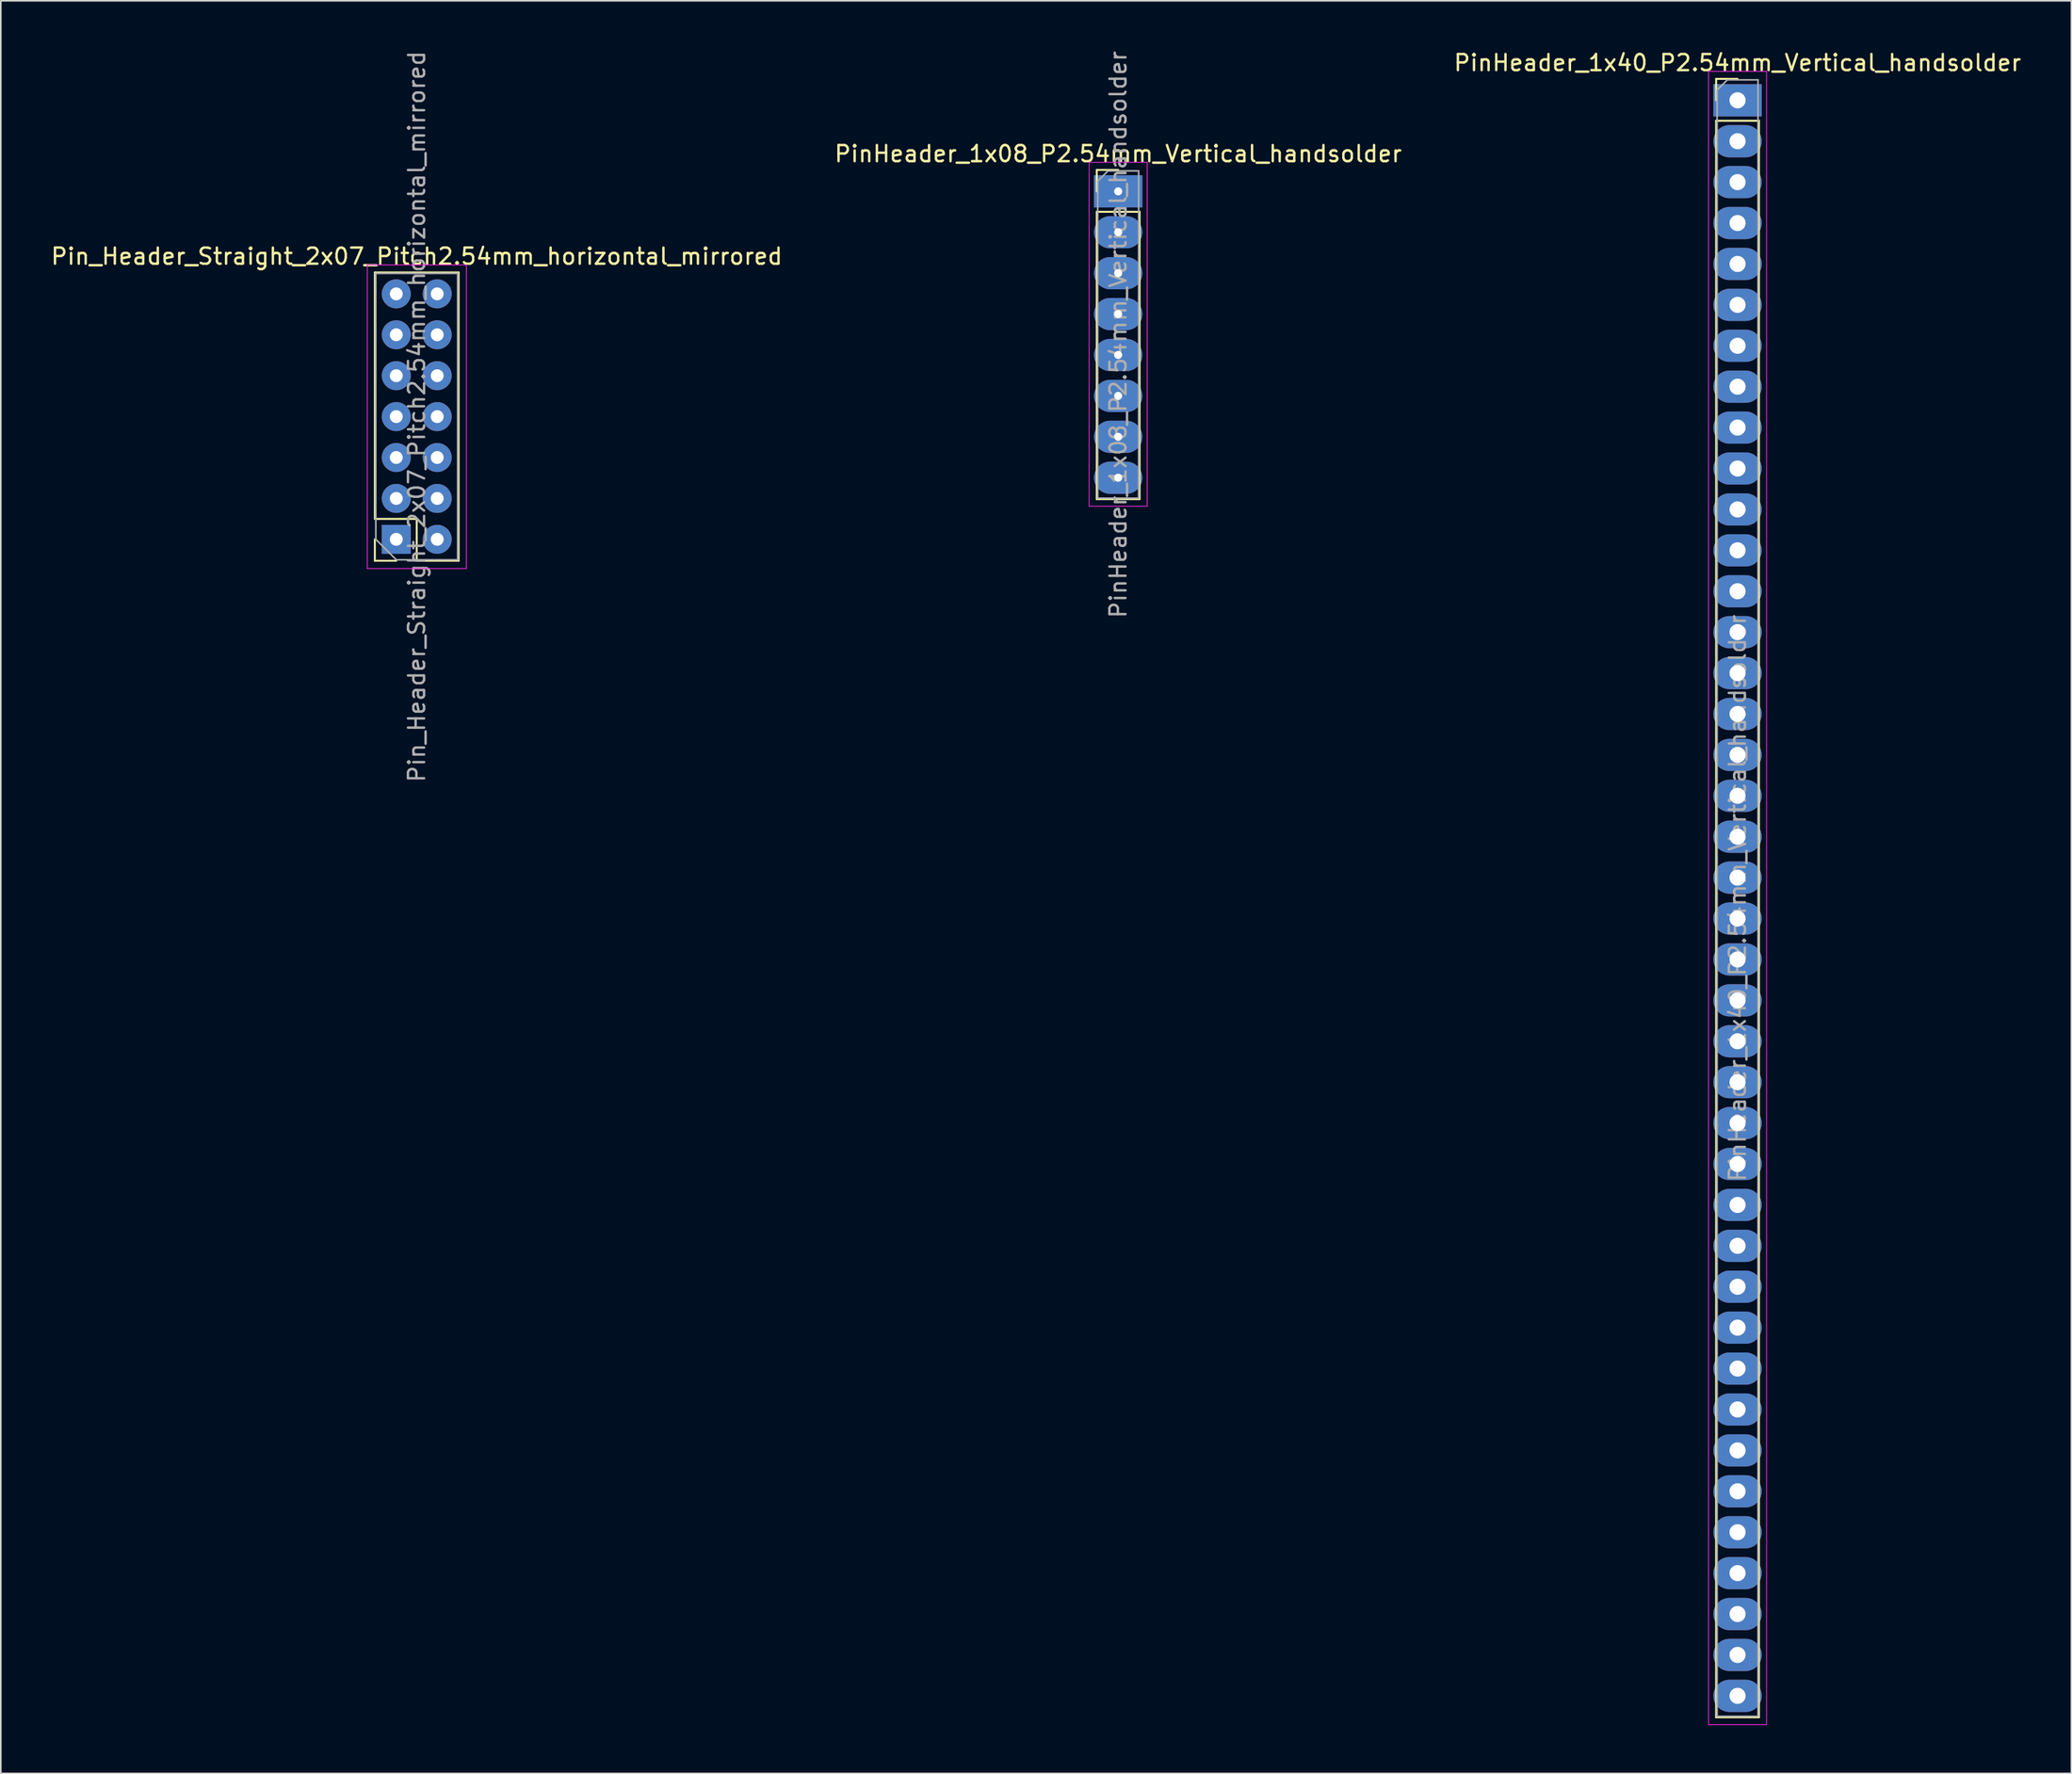
<source format=kicad_pcb>
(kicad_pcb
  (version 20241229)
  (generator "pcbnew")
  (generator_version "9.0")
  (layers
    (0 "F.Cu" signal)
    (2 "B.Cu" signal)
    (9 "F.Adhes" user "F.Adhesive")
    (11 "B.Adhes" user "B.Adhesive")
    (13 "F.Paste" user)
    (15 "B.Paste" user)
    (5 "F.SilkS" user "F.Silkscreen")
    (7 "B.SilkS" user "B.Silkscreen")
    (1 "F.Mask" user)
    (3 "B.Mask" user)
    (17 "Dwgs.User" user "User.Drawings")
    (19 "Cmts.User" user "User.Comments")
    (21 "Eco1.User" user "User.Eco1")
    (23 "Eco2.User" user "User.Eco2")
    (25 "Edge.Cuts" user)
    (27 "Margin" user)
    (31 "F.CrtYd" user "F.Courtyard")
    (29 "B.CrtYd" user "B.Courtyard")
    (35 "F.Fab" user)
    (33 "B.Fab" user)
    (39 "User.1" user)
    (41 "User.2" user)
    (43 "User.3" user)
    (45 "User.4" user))
  (footprint "PinHeader_1x40_P2.54mm_Vertical_handsolder"
    (layer "F.Cu")
    (at 104.792 3.178)
    (property "Reference" "PinHeader_1x40_P2.54mm_Vertical_handsolder" (at 0 -2.33 0) (layer "F.SilkS") (effects (font (size 1 1) (thickness 0.15))))
    (attr through_hole)
    (fp_line (start -1.33 -1.33) (end 0 -1.33) (stroke (width 0.12) (type solid)) (layer "F.SilkS"))
    (fp_line (start -1.33 0) (end -1.33 -1.33) (stroke (width 0.12) (type solid)) (layer "F.SilkS"))
    (fp_line (start -1.33 1.27) (end -1.33 100.39) (stroke (width 0.12) (type solid)) (layer "F.SilkS"))
    (fp_line (start -1.33 1.27) (end 1.33 1.27) (stroke (width 0.12) (type solid)) (layer "F.SilkS"))
    (fp_line (start -1.33 100.39) (end 1.33 100.39) (stroke (width 0.12) (type solid)) (layer "F.SilkS"))
    (fp_line (start 1.33 1.27) (end 1.33 100.39) (stroke (width 0.12) (type solid)) (layer "F.SilkS"))
    (fp_line (start -1.8 -1.8) (end -1.8 100.85) (stroke (width 0.05) (type solid)) (layer "F.CrtYd"))
    (fp_line (start -1.8 100.85) (end 1.8 100.85) (stroke (width 0.05) (type solid)) (layer "F.CrtYd"))
    (fp_line (start 1.8 -1.8) (end -1.8 -1.8) (stroke (width 0.05) (type solid)) (layer "F.CrtYd"))
    (fp_line (start 1.8 100.85) (end 1.8 -1.8) (stroke (width 0.05) (type solid)) (layer "F.CrtYd"))
    (fp_line (start -1.27 -0.635) (end -0.635 -1.27) (stroke (width 0.1) (type solid)) (layer "F.Fab"))
    (fp_line (start -1.27 100.33) (end -1.27 -0.635) (stroke (width 0.1) (type solid)) (layer "F.Fab"))
    (fp_line (start -0.635 -1.27) (end 1.27 -1.27) (stroke (width 0.1) (type solid)) (layer "F.Fab"))
    (fp_line (start 1.27 -1.27) (end 1.27 100.33) (stroke (width 0.1) (type solid)) (layer "F.Fab"))
    (fp_line (start 1.27 100.33) (end -1.27 100.33) (stroke (width 0.1) (type solid)) (layer "F.Fab"))
    (fp_text user "${REFERENCE}" (at 0 49.53 90) (layer "F.Fab") (effects (font (size 1 1) (thickness 0.15))))
    (pad "1" thru_hole rect (at 0 0) (size 3 2) (drill 1) (layers "*.Cu" "*.Mask"))
    (pad "2" thru_hole oval (at 0 2.54) (size 3 2) (drill 1) (layers "*.Cu" "*.Mask"))
    (pad "3" thru_hole oval (at 0 5.08) (size 3 2) (drill 1) (layers "*.Cu" "*.Mask"))
    (pad "4" thru_hole oval (at 0 7.62) (size 3 2) (drill 1) (layers "*.Cu" "*.Mask"))
    (pad "5" thru_hole oval (at 0 10.16) (size 3 2) (drill 1) (layers "*.Cu" "*.Mask"))
    (pad "6" thru_hole oval (at 0 12.7) (size 3 2) (drill 1) (layers "*.Cu" "*.Mask"))
    (pad "7" thru_hole oval (at 0 15.24) (size 3 2) (drill 1) (layers "*.Cu" "*.Mask"))
    (pad "8" thru_hole oval (at 0 17.78) (size 3 2) (drill 1) (layers "*.Cu" "*.Mask"))
    (pad "9" thru_hole oval (at 0 20.32) (size 3 2) (drill 1) (layers "*.Cu" "*.Mask"))
    (pad "10" thru_hole oval (at 0 22.86) (size 3 2) (drill 1) (layers "*.Cu" "*.Mask"))
    (pad "11" thru_hole oval (at 0 25.4) (size 3 2) (drill 1) (layers "*.Cu" "*.Mask"))
    (pad "12" thru_hole oval (at 0 27.94) (size 3 2) (drill 1) (layers "*.Cu" "*.Mask"))
    (pad "13" thru_hole oval (at 0 30.48) (size 3 2) (drill 1) (layers "*.Cu" "*.Mask"))
    (pad "14" thru_hole oval (at 0 33.02) (size 3 2) (drill 1) (layers "*.Cu" "*.Mask"))
    (pad "15" thru_hole oval (at 0 35.56) (size 3 2) (drill 1) (layers "*.Cu" "*.Mask"))
    (pad "16" thru_hole oval (at 0 38.1) (size 3 2) (drill 1) (layers "*.Cu" "*.Mask"))
    (pad "17" thru_hole oval (at 0 40.64) (size 3 2) (drill 1) (layers "*.Cu" "*.Mask"))
    (pad "18" thru_hole oval (at 0 43.18) (size 3 2) (drill 1) (layers "*.Cu" "*.Mask"))
    (pad "19" thru_hole oval (at 0 45.72) (size 3 2) (drill 1) (layers "*.Cu" "*.Mask"))
    (pad "20" thru_hole oval (at 0 48.26) (size 3 2) (drill 1) (layers "*.Cu" "*.Mask"))
    (pad "21" thru_hole oval (at 0 50.8) (size 3 2) (drill 1) (layers "*.Cu" "*.Mask"))
    (pad "22" thru_hole oval (at 0 53.34) (size 3 2) (drill 1) (layers "*.Cu" "*.Mask"))
    (pad "23" thru_hole oval (at 0 55.88) (size 3 2) (drill 1) (layers "*.Cu" "*.Mask"))
    (pad "24" thru_hole oval (at 0 58.42) (size 3 2) (drill 1) (layers "*.Cu" "*.Mask"))
    (pad "25" thru_hole oval (at 0 60.96) (size 3 2) (drill 1) (layers "*.Cu" "*.Mask"))
    (pad "26" thru_hole oval (at 0 63.5) (size 3 2) (drill 1) (layers "*.Cu" "*.Mask"))
    (pad "27" thru_hole oval (at 0 66.04) (size 3 2) (drill 1) (layers "*.Cu" "*.Mask"))
    (pad "28" thru_hole oval (at 0 68.58) (size 3 2) (drill 1) (layers "*.Cu" "*.Mask"))
    (pad "29" thru_hole oval (at 0 71.12) (size 3 2) (drill 1) (layers "*.Cu" "*.Mask"))
    (pad "30" thru_hole oval (at 0 73.66) (size 3 2) (drill 1) (layers "*.Cu" "*.Mask"))
    (pad "31" thru_hole oval (at 0 76.2) (size 3 2) (drill 1) (layers "*.Cu" "*.Mask"))
    (pad "32" thru_hole oval (at 0 78.74) (size 3 2) (drill 1) (layers "*.Cu" "*.Mask"))
    (pad "33" thru_hole oval (at 0 81.28) (size 3 2) (drill 1) (layers "*.Cu" "*.Mask"))
    (pad "34" thru_hole oval (at 0 83.82) (size 3 2) (drill 1) (layers "*.Cu" "*.Mask"))
    (pad "35" thru_hole oval (at 0 86.36) (size 3 2) (drill 1) (layers "*.Cu" "*.Mask"))
    (pad "36" thru_hole oval (at 0 88.9) (size 3 2) (drill 1) (layers "*.Cu" "*.Mask"))
    (pad "37" thru_hole oval (at 0 91.44) (size 3 2) (drill 1) (layers "*.Cu" "*.Mask"))
    (pad "38" thru_hole oval (at 0 93.98) (size 3 2) (drill 1) (layers "*.Cu" "*.Mask"))
    (pad "39" thru_hole oval (at 0 96.52) (size 3 2) (drill 1) (layers "*.Cu" "*.Mask"))
    (pad "40" thru_hole oval (at 0 99.06) (size 3 2) (drill 1) (layers "*.Cu" "*.Mask")))
  (footprint "Pin_Header_Straight_2x07_Pitch2.54mm_horizontal_mirrored"
    (layer "F.Cu")
    (at 21.545 15.195)
    (property "Reference" "Pin_Header_Straight_2x07_Pitch2.54mm_horizontal_mirrored" (at 1.27 -2.33 0) (layer "F.SilkS") (effects (font (size 1 1) (thickness 0.15))))
    (attr through_hole)
    (fp_line (start -1.33 -1.33) (end 3.87 -1.33) (stroke (width 0.12) (type solid)) (layer "F.SilkS"))
    (fp_line (start -1.33 13.97) (end -1.33 -1.33) (stroke (width 0.12) (type solid)) (layer "F.SilkS"))
    (fp_line (start -1.33 13.97) (end 1.27 13.97) (stroke (width 0.12) (type solid)) (layer "F.SilkS"))
    (fp_line (start -1.33 15.24) (end -1.33 16.57) (stroke (width 0.12) (type solid)) (layer "F.SilkS"))
    (fp_line (start -1.33 16.57) (end 0 16.57) (stroke (width 0.12) (type solid)) (layer "F.SilkS"))
    (fp_line (start 1.27 13.97) (end 1.27 16.57) (stroke (width 0.12) (type solid)) (layer "F.SilkS"))
    (fp_line (start 1.27 16.57) (end 3.87 16.57) (stroke (width 0.12) (type solid)) (layer "F.SilkS"))
    (fp_line (start 3.87 16.57) (end 3.87 -1.33) (stroke (width 0.12) (type solid)) (layer "F.SilkS"))
    (fp_line (start -1.8 -1.8) (end -1.8 17.05) (stroke (width 0.05) (type solid)) (layer "F.CrtYd"))
    (fp_line (start -1.8 17.05) (end 4.35 17.05) (stroke (width 0.05) (type solid)) (layer "F.CrtYd"))
    (fp_line (start 4.35 -1.8) (end -1.8 -1.8) (stroke (width 0.05) (type solid)) (layer "F.CrtYd"))
    (fp_line (start 4.35 17.05) (end 4.35 -1.8) (stroke (width 0.05) (type solid)) (layer "F.CrtYd"))
    (fp_line (start -1.27 -1.27) (end -1.27 15.24) (stroke (width 0.1) (type solid)) (layer "F.Fab"))
    (fp_line (start -1.27 15.24) (end 0 16.51) (stroke (width 0.1) (type solid)) (layer "F.Fab"))
    (fp_line (start 0 16.51) (end 3.81 16.51) (stroke (width 0.1) (type solid)) (layer "F.Fab"))
    (fp_line (start 3.81 -1.27) (end -1.27 -1.27) (stroke (width 0.1) (type solid)) (layer "F.Fab"))
    (fp_line (start 3.81 16.51) (end 3.81 -1.27) (stroke (width 0.1) (type solid)) (layer "F.Fab"))
    (fp_text user "${REFERENCE}" (at 1.27 7.62 90) (layer "F.Fab") (effects (font (size 1 1) (thickness 0.15))))
    (pad "1" thru_hole rect (at 0 15.24 180) (size 1.8 1.8) (drill 0.8) (layers "*.Cu" "*.Mask"))
    (pad "2" thru_hole oval (at 2.54 15.24 180) (size 1.8 1.8) (drill 0.8) (layers "*.Cu" "*.Mask"))
    (pad "3" thru_hole oval (at 0 12.7 180) (size 1.8 1.8) (drill 0.8) (layers "*.Cu" "*.Mask"))
    (pad "4" thru_hole oval (at 2.54 12.7 180) (size 1.8 1.8) (drill 0.8) (layers "*.Cu" "*.Mask"))
    (pad "5" thru_hole oval (at 0 10.16 180) (size 1.8 1.8) (drill 0.8) (layers "*.Cu" "*.Mask"))
    (pad "6" thru_hole oval (at 2.54 10.16 180) (size 1.8 1.8) (drill 0.8) (layers "*.Cu" "*.Mask"))
    (pad "7" thru_hole oval (at 0 7.62 180) (size 1.8 1.8) (drill 0.8) (layers "*.Cu" "*.Mask"))
    (pad "8" thru_hole oval (at 2.54 7.62 180) (size 1.8 1.8) (drill 0.8) (layers "*.Cu" "*.Mask"))
    (pad "9" thru_hole oval (at 0 5.08 180) (size 1.8 1.8) (drill 0.8) (layers "*.Cu" "*.Mask"))
    (pad "10" thru_hole oval (at 2.54 5.08 180) (size 1.8 1.8) (drill 0.8) (layers "*.Cu" "*.Mask"))
    (pad "11" thru_hole oval (at 0 2.54 180) (size 1.8 1.8) (drill 0.8) (layers "*.Cu" "*.Mask"))
    (pad "12" thru_hole oval (at 2.54 2.54 180) (size 1.8 1.8) (drill 0.8) (layers "*.Cu" "*.Mask"))
    (pad "13" thru_hole oval (at 0 0 180) (size 1.8 1.8) (drill 0.8) (layers "*.Cu" "*.Mask"))
    (pad "14" thru_hole oval (at 2.54 0 180) (size 1.8 1.8) (drill 0.8) (layers "*.Cu" "*.Mask")))
  (footprint "PinHeader_1x08_P2.54mm_Vertical_handsolder"
    (layer "F.Cu")
    (at 66.351 8.83)
    (property "Reference" "PinHeader_1x08_P2.54mm_Vertical_handsolder" (at 0 -2.33 0) (layer "F.SilkS") (effects (font (size 1 1) (thickness 0.15))))
    (attr through_hole)
    (fp_line (start -1.33 -1.33) (end 0 -1.33) (stroke (width 0.12) (type solid)) (layer "F.SilkS"))
    (fp_line (start -1.33 0) (end -1.33 -1.33) (stroke (width 0.12) (type solid)) (layer "F.SilkS"))
    (fp_line (start -1.33 1.27) (end -1.33 19.11) (stroke (width 0.12) (type solid)) (layer "F.SilkS"))
    (fp_line (start -1.33 1.27) (end 1.33 1.27) (stroke (width 0.12) (type solid)) (layer "F.SilkS"))
    (fp_line (start -1.33 19.11) (end 1.33 19.11) (stroke (width 0.12) (type solid)) (layer "F.SilkS"))
    (fp_line (start 1.33 1.27) (end 1.33 19.11) (stroke (width 0.12) (type solid)) (layer "F.SilkS"))
    (fp_line (start -1.8 -1.8) (end -1.8 19.55) (stroke (width 0.05) (type solid)) (layer "F.CrtYd"))
    (fp_line (start -1.8 19.55) (end 1.8 19.55) (stroke (width 0.05) (type solid)) (layer "F.CrtYd"))
    (fp_line (start 1.8 -1.8) (end -1.8 -1.8) (stroke (width 0.05) (type solid)) (layer "F.CrtYd"))
    (fp_line (start 1.8 19.55) (end 1.8 -1.8) (stroke (width 0.05) (type solid)) (layer "F.CrtYd"))
    (fp_line (start -1.27 -0.635) (end -0.635 -1.27) (stroke (width 0.1) (type solid)) (layer "F.Fab"))
    (fp_line (start -1.27 19.05) (end -1.27 -0.635) (stroke (width 0.1) (type solid)) (layer "F.Fab"))
    (fp_line (start -0.635 -1.27) (end 1.27 -1.27) (stroke (width 0.1) (type solid)) (layer "F.Fab"))
    (fp_line (start 1.27 -1.27) (end 1.27 19.05) (stroke (width 0.1) (type solid)) (layer "F.Fab"))
    (fp_line (start 1.27 19.05) (end -1.27 19.05) (stroke (width 0.1) (type solid)) (layer "F.Fab"))
    (fp_text user "${REFERENCE}" (at 0 8.89 90) (layer "F.Fab") (effects (font (size 1 1) (thickness 0.15))))
    (pad "1" thru_hole rect (at 0 0) (size 3 2) (drill 0.5) (layers "*.Cu" "*.Mask"))
    (pad "2" thru_hole oval (at 0 2.54) (size 3 2) (drill 0.5) (layers "*.Cu" "*.Mask"))
    (pad "3" thru_hole oval (at 0 5.08) (size 3 2) (drill 0.5) (layers "*.Cu" "*.Mask"))
    (pad "4" thru_hole oval (at 0 7.62) (size 3 2) (drill 0.5) (layers "*.Cu" "*.Mask"))
    (pad "5" thru_hole oval (at 0 10.16) (size 3 2) (drill 0.5) (layers "*.Cu" "*.Mask"))
    (pad "6" thru_hole oval (at 0 12.7) (size 3 2) (drill 0.5) (layers "*.Cu" "*.Mask"))
    (pad "7" thru_hole oval (at 0 15.24) (size 3 2) (drill 0.5) (layers "*.Cu" "*.Mask"))
    (pad "8" thru_hole oval (at 0 17.78) (size 3 2) (drill 0.5) (layers "*.Cu" "*.Mask")))
  (gr_rect
    (start -3 -3)
    (end 125.512 107.053)
    (stroke (width 0.1) (type default))
    (fill no)
    (layer "Edge.Cuts")))
</source>
